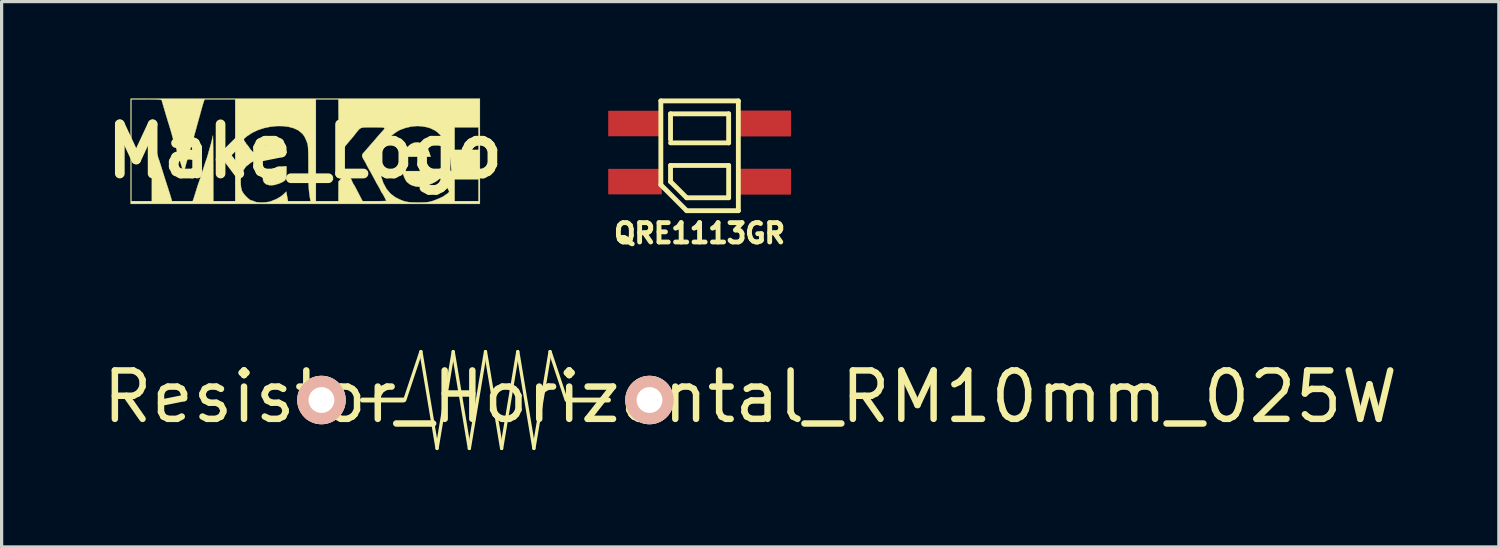
<source format=kicad_pcb>
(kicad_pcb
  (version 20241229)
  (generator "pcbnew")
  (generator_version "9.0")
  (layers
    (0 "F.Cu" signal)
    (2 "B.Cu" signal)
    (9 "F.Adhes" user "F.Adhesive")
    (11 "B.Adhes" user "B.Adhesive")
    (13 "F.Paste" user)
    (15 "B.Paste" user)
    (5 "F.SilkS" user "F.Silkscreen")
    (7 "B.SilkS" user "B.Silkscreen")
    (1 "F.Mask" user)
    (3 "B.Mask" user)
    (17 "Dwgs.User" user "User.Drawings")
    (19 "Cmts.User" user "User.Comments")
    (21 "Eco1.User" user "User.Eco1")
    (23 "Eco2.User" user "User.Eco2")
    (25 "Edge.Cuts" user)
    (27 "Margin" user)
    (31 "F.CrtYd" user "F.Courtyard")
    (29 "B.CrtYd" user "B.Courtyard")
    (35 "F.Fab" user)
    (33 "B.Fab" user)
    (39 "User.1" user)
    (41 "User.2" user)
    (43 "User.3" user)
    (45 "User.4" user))
  (footprint "Make_Logo"
    (layer "F.Cu")
    (at 6.394 1.635)
    (property "Reference" "Make_Logo" (at 0 0 0) (layer "F.SilkS") (effects (font (size 1.524 1.524) (thickness 0.3))))
    (attr through_hole)
    (fp_poly (pts (xy 3.609 -0.247) (xy 3.64 -0.233) (xy 3.742 -0.158) (xy 3.818 -0.049) (xy 3.86 0.058) (xy 3.892 0.169) (xy 3.024 0.169) (xy 3.039 0.122) (xy 3.098 -0.02) (xy 3.177 -0.134) (xy 3.272 -0.216) (xy 3.378 -0.264) (xy 3.492 -0.275) (xy 3.609 -0.247)) (stroke (width 0.01) (type solid)) (fill yes) (layer "F.SilkS"))
    (fp_poly (pts (xy -0.572 0.661) (xy -0.575 0.768) (xy -0.587 0.843) (xy -0.615 0.896) (xy -0.666 0.937) (xy -0.746 0.977) (xy -0.808 1.002) (xy -0.957 1.046) (xy -1.087 1.053) (xy -1.198 1.023) (xy -1.2 1.022) (xy -1.265 0.968) (xy -1.299 0.889) (xy -1.3 0.794) (xy -1.299 0.789) (xy -1.268 0.722) (xy -1.206 0.654) (xy -1.122 0.593) (xy -1.042 0.556) (xy -0.964 0.531) (xy -0.868 0.506) (xy -0.77 0.485) (xy -0.685 0.471) (xy -0.63 0.466) (xy -0.572 0.466) (xy -0.572 0.661)) (stroke (width 0.01) (type solid)) (fill yes) (layer "F.SilkS"))
    (fp_poly (pts (xy 5.419 1.63) (xy -5.397 1.63) (xy -5.397 -1.609) (xy -5.376 -1.609) (xy -5.376 1.545) (xy -4.741 1.545) (xy -4.74 0.534) (xy -4.739 0.302) (xy -4.739 0.109) (xy -4.738 -0.048) (xy -4.737 -0.172) (xy -4.735 -0.266) (xy -4.732 -0.332) (xy -4.729 -0.375) (xy -4.725 -0.397) (xy -4.72 -0.4) (xy -4.714 -0.389) (xy -4.708 -0.37) (xy -4.668 -0.229) (xy -4.625 -0.076) (xy -4.59 0.053) (xy -4.567 0.13) (xy -4.542 0.205) (xy -4.539 0.212) (xy -4.523 0.259) (xy -4.497 0.337) (xy -4.465 0.436) (xy -4.431 0.545) (xy -4.423 0.572) (xy -4.381 0.704) (xy -4.335 0.85) (xy -4.29 0.991) (xy -4.254 1.101) (xy -4.22 1.207) (xy -4.187 1.309) (xy -4.161 1.394) (xy -4.146 1.445) (xy -4.118 1.545) (xy -3.476 1.545) (xy -3.455 1.487) (xy -3.439 1.441) (xy -3.416 1.367) (xy -3.388 1.278) (xy -3.376 1.238) (xy -3.348 1.148) (xy -3.323 1.068) (xy -3.304 1.011) (xy -3.298 0.996) (xy -3.283 0.955) (xy -3.262 0.893) (xy -3.233 0.805) (xy -3.195 0.686) (xy -3.145 0.531) (xy -3.141 0.519) (xy -3.112 0.429) (xy -3.084 0.345) (xy -3.063 0.283) (xy -3.059 0.275) (xy -3.036 0.206) (xy -3.011 0.126) (xy -3.005 0.106) (xy -2.982 0.021) (xy -2.956 -0.068) (xy -2.952 -0.085) (xy -2.922 -0.188) (xy -2.894 -0.294) (xy -2.871 -0.389) (xy -2.854 -0.462) (xy -2.85 -0.487) (xy -2.848 -0.477) (xy -2.847 -0.428) (xy -2.845 -0.345) (xy -2.844 -0.231) (xy -2.842 -0.089) (xy -2.841 0.076) (xy -2.84 0.26) (xy -2.839 0.461) (xy -2.839 0.503) (xy -2.836 1.545) (xy -2.159 1.545) (xy -2.159 0.886) (xy -1.99 0.886) (xy -1.99 1.009) (xy -1.977 1.127) (xy -1.952 1.223) (xy -1.947 1.234) (xy -1.911 1.294) (xy -1.858 1.362) (xy -1.795 1.427) (xy -1.733 1.482) (xy -1.68 1.517) (xy -1.654 1.525) (xy -1.61 1.535) (xy -1.566 1.556) (xy -1.509 1.574) (xy -1.422 1.584) (xy -1.32 1.586) (xy -1.214 1.581) (xy -1.118 1.567) (xy -1.067 1.554) (xy -0.887 1.483) (xy -0.739 1.396) (xy -0.665 1.334) (xy -0.578 1.25) (xy -0.552 1.398) (xy -0.525 1.545) (xy 0.175 1.545) (xy 0.16 1.466) (xy 0.145 1.373) (xy 0.132 1.281) (xy 0.123 1.184) (xy 0.116 1.073) (xy 0.111 0.944) (xy 0.108 0.789) (xy 0.107 0.603) (xy 0.107 0.471) (xy 0.106 0.283) (xy 0.105 0.131) (xy 0.102 0.012) (xy 0.099 -0.079) (xy 0.094 -0.148) (xy 0.087 -0.199) (xy 0.079 -0.238) (xy 0.072 -0.259) (xy 0.032 -0.36) (xy -0.002 -0.433) (xy -0.036 -0.49) (xy -0.078 -0.541) (xy -0.089 -0.553) (xy -0.198 -0.644) (xy -0.337 -0.711) (xy -0.499 -0.756) (xy -0.679 -0.78) (xy -0.87 -0.781) (xy -1.066 -0.761) (xy -1.263 -0.72) (xy -1.452 -0.658) (xy -1.629 -0.575) (xy -1.787 -0.472) (xy -1.787 -0.472) (xy -1.843 -0.426) (xy -1.884 -0.388) (xy -1.898 -0.369) (xy -1.891 -0.34) (xy -1.863 -0.302) (xy -1.832 -0.262) (xy -1.82 -0.234) (xy -1.808 -0.212) (xy -1.804 -0.212) (xy -1.783 -0.195) (xy -1.754 -0.156) (xy -1.752 -0.153) (xy -1.715 -0.098) (xy -1.667 -0.036) (xy -1.657 -0.025) (xy -1.619 0.017) (xy -1.594 0.03) (xy -1.57 0.019) (xy -1.554 0.006) (xy -1.437 -0.076) (xy -1.29 -0.148) (xy -1.124 -0.203) (xy -0.987 -0.233) (xy -0.898 -0.244) (xy -0.832 -0.244) (xy -0.77 -0.232) (xy -0.744 -0.223) (xy -0.664 -0.187) (xy -0.615 -0.138) (xy -0.587 -0.062) (xy -0.58 -0.026) (xy -0.567 0.055) (xy -0.776 0.082) (xy -1.006 0.118) (xy -1.217 0.165) (xy -1.402 0.221) (xy -1.557 0.285) (xy -1.677 0.354) (xy -1.724 0.392) (xy -1.765 0.427) (xy -1.792 0.444) (xy -1.795 0.445) (xy -1.817 0.462) (xy -1.851 0.507) (xy -1.891 0.568) (xy -1.93 0.637) (xy -1.952 0.682) (xy -1.978 0.772) (xy -1.99 0.886) (xy -2.159 0.886) (xy -2.159 -1.609) (xy 0.339 -1.609) (xy 0.339 1.545) (xy 1.037 1.545) (xy 1.039 0.942) (xy 1.172 0.791) (xy 1.306 0.641) (xy 1.345 0.717) (xy 1.376 0.775) (xy 1.404 0.819) (xy 1.408 0.826) (xy 1.432 0.866) (xy 1.458 0.924) (xy 1.461 0.931) (xy 1.483 0.982) (xy 1.5 1.014) (xy 1.503 1.016) (xy 1.511 1.026) (xy 1.526 1.05) (xy 1.549 1.092) (xy 1.584 1.157) (xy 1.632 1.249) (xy 1.697 1.375) (xy 1.7 1.381) (xy 1.785 1.545) (xy 2.152 1.545) (xy 2.271 1.545) (xy 2.374 1.543) (xy 2.454 1.541) (xy 2.505 1.538) (xy 2.519 1.535) (xy 2.509 1.509) (xy 2.485 1.461) (xy 2.454 1.401) (xy 2.423 1.345) (xy 2.398 1.303) (xy 2.388 1.291) (xy 2.369 1.265) (xy 2.351 1.227) (xy 2.328 1.18) (xy 2.293 1.114) (xy 2.267 1.069) (xy 2.224 0.995) (xy 2.174 0.903) (xy 2.127 0.815) (xy 2.079 0.725) (xy 2.029 0.634) (xy 1.987 0.561) (xy 1.949 0.494) (xy 1.918 0.435) (xy 1.905 0.408) (xy 1.899 0.396) (xy 2.329 0.396) (xy 2.331 0.562) (xy 2.346 0.71) (xy 2.36 0.781) (xy 2.431 0.991) (xy 2.527 1.166) (xy 2.648 1.31) (xy 2.798 1.425) (xy 2.979 1.513) (xy 3.033 1.533) (xy 3.101 1.554) (xy 3.165 1.568) (xy 3.235 1.578) (xy 3.322 1.583) (xy 3.437 1.585) (xy 3.495 1.586) (xy 3.628 1.585) (xy 3.729 1.582) (xy 3.807 1.575) (xy 3.873 1.563) (xy 3.936 1.545) (xy 3.939 1.545) (xy 4.021 1.516) (xy 4.109 1.481) (xy 4.192 1.445) (xy 4.262 1.412) (xy 4.307 1.386) (xy 4.318 1.377) (xy 4.342 1.357) (xy 4.387 1.328) (xy 4.397 1.322) (xy 4.442 1.288) (xy 4.465 1.254) (xy 4.466 1.249) (xy 4.455 1.216) (xy 4.427 1.161) (xy 4.389 1.094) (xy 4.348 1.028) (xy 4.31 0.973) (xy 4.298 0.959) (xy 4.272 0.92) (xy 4.251 0.879) (xy 4.244 0.868) (xy 4.636 0.868) (xy 4.636 1.545) (xy 5.376 1.545) (xy 5.376 0.868) (xy 4.636 0.868) (xy 4.244 0.868) (xy 4.228 0.838) (xy 4.202 0.83) (xy 4.165 0.853) (xy 4.136 0.878) (xy 4.047 0.943) (xy 3.929 1.002) (xy 3.796 1.052) (xy 3.662 1.086) (xy 3.54 1.1) (xy 3.529 1.1) (xy 3.444 1.092) (xy 3.355 1.069) (xy 3.276 1.039) (xy 3.225 1.005) (xy 3.186 0.971) (xy 3.167 0.958) (xy 3.14 0.927) (xy 3.106 0.868) (xy 3.073 0.796) (xy 3.046 0.723) (xy 3.035 0.682) (xy 3.022 0.614) (xy 4.536 0.614) (xy 4.522 0.429) (xy 4.495 0.185) (xy 4.454 -0.023) (xy 4.397 -0.202) (xy 4.365 -0.275) (xy 4.315 -0.357) (xy 4.246 -0.446) (xy 4.166 -0.532) (xy 4.087 -0.604) (xy 4.017 -0.651) (xy 4.011 -0.653) (xy 3.952 -0.681) (xy 3.905 -0.705) (xy 3.84 -0.729) (xy 3.791 -0.741) (xy 4.636 -0.741) (xy 4.636 -0.042) (xy 5.376 -0.042) (xy 5.376 -0.741) (xy 4.636 -0.741) (xy 3.791 -0.741) (xy 3.747 -0.752) (xy 3.639 -0.77) (xy 3.533 -0.78) (xy 3.478 -0.782) (xy 3.305 -0.768) (xy 3.123 -0.727) (xy 2.949 -0.664) (xy 2.926 -0.654) (xy 2.837 -0.602) (xy 2.741 -0.533) (xy 2.65 -0.456) (xy 2.573 -0.379) (xy 2.523 -0.312) (xy 2.518 -0.304) (xy 2.492 -0.258) (xy 2.471 -0.231) (xy 2.47 -0.231) (xy 2.456 -0.206) (xy 2.432 -0.152) (xy 2.404 -0.079) (xy 2.398 -0.062) (xy 2.363 0.07) (xy 2.34 0.227) (xy 2.329 0.396) (xy 1.899 0.396) (xy 1.882 0.361) (xy 1.846 0.3) (xy 1.835 0.281) (xy 1.79 0.203) (xy 1.77 0.148) (xy 1.774 0.105) (xy 1.8 0.064) (xy 1.804 0.06) (xy 1.842 0.018) (xy 1.896 -0.044) (xy 1.955 -0.112) (xy 1.958 -0.115) (xy 2.012 -0.178) (xy 2.056 -0.229) (xy 2.084 -0.26) (xy 2.085 -0.262) (xy 2.108 -0.288) (xy 2.151 -0.337) (xy 2.207 -0.402) (xy 2.243 -0.445) (xy 2.304 -0.516) (xy 2.36 -0.578) (xy 2.4 -0.622) (xy 2.413 -0.635) (xy 2.448 -0.678) (xy 2.461 -0.704) (xy 2.464 -0.717) (xy 2.455 -0.727) (xy 2.431 -0.733) (xy 2.384 -0.738) (xy 2.311 -0.74) (xy 2.204 -0.741) (xy 2.105 -0.741) (xy 1.971 -0.741) (xy 1.871 -0.74) (xy 1.798 -0.735) (xy 1.744 -0.723) (xy 1.702 -0.7) (xy 1.663 -0.665) (xy 1.62 -0.613) (xy 1.565 -0.543) (xy 1.556 -0.531) (xy 1.501 -0.462) (xy 1.452 -0.402) (xy 1.418 -0.363) (xy 1.414 -0.358) (xy 1.383 -0.323) (xy 1.336 -0.267) (xy 1.282 -0.201) (xy 1.279 -0.198) (xy 1.227 -0.135) (xy 1.184 -0.083) (xy 1.157 -0.052) (xy 1.156 -0.051) (xy 1.125 -0.017) (xy 1.09 0.024) (xy 1.048 0.074) (xy 1.037 -1.609) (xy 0.339 -1.609) (xy -2.159 -1.609) (xy -3.107 -1.609) (xy -3.133 -1.54) (xy -3.151 -1.484) (xy -3.175 -1.405) (xy -3.197 -1.323) (xy -3.224 -1.227) (xy -3.251 -1.127) (xy -3.271 -1.058) (xy -3.292 -0.983) (xy -3.319 -0.884) (xy -3.348 -0.78) (xy -3.356 -0.751) (xy -3.383 -0.65) (xy -3.412 -0.548) (xy -3.435 -0.463) (xy -3.441 -0.445) (xy -3.463 -0.367) (xy -3.483 -0.296) (xy -3.492 -0.265) (xy -3.511 -0.196) (xy -3.538 -0.101) (xy -3.569 0.007) (xy -3.6 0.114) (xy -3.61 0.148) (xy -3.633 0.226) (xy -3.66 0.317) (xy -3.672 0.36) (xy -3.695 0.442) (xy -3.716 0.522) (xy -3.724 0.556) (xy -3.741 0.621) (xy -3.755 0.644) (xy -3.771 0.626) (xy -3.79 0.568) (xy -3.826 0.44) (xy -3.864 0.317) (xy -3.898 0.213) (xy -3.906 0.191) (xy -3.928 0.124) (xy -3.95 0.042) (xy -3.958 0.011) (xy -3.979 -0.069) (xy -4.002 -0.145) (xy -4.01 -0.169) (xy -4.05 -0.282) (xy -4.08 -0.372) (xy -4.104 -0.455) (xy -4.118 -0.508) (xy -4.138 -0.581) (xy -4.167 -0.679) (xy -4.198 -0.783) (xy -4.211 -0.826) (xy -4.248 -0.942) (xy -4.287 -1.071) (xy -4.323 -1.191) (xy -4.33 -1.217) (xy -4.358 -1.311) (xy -4.383 -1.398) (xy -4.403 -1.464) (xy -4.408 -1.482) (xy -4.424 -1.538) (xy -4.436 -1.579) (xy -4.437 -1.582) (xy -4.449 -1.591) (xy -4.485 -1.598) (xy -4.547 -1.603) (xy -4.64 -1.607) (xy -4.768 -1.608) (xy -4.91 -1.609) (xy -5.376 -1.609) (xy -5.397 -1.609) (xy -5.397 -1.63) (xy 5.419 -1.63) (xy 5.419 1.63)) (stroke (width 0.01) (type solid)) (fill yes) (layer "F.SilkS")))
  (footprint "Resistor_Horizontal_RM10mm_025W"
    (layer "F.Cu")
    (at 11.986 9.339)
    (property "Reference" "Resistor_Horizontal_RM10mm_025W" (at 8.2 -0.1 0) (layer "F.SilkS") (effects (font (size 1.5 1.5) (thickness 0.2))))
    (attr through_hole)
    (fp_line (start -2.54 0) (end -3.81 0) (stroke (width 0.15) (type solid)) (layer "F.SilkS"))
    (fp_line (start -2.5 0) (end -2 -1.5) (stroke (width 0.1) (type solid)) (layer "F.SilkS"))
    (fp_line (start -2 -1.5) (end -1.5 1.5) (stroke (width 0.1) (type solid)) (layer "F.SilkS"))
    (fp_line (start -1.5 1.5) (end -1 -1.5) (stroke (width 0.1) (type solid)) (layer "F.SilkS"))
    (fp_line (start -1 -1.5) (end -0.5 1.5) (stroke (width 0.1) (type solid)) (layer "F.SilkS"))
    (fp_line (start -0.5 1.5) (end 0 -1.5) (stroke (width 0.1) (type solid)) (layer "F.SilkS"))
    (fp_line (start 0 -1.5) (end 0.5 1.5) (stroke (width 0.1) (type solid)) (layer "F.SilkS"))
    (fp_line (start 0.5 1.5) (end 1 -1.5) (stroke (width 0.1) (type solid)) (layer "F.SilkS"))
    (fp_line (start 1 -1.5) (end 1.5 1.5) (stroke (width 0.1) (type solid)) (layer "F.SilkS"))
    (fp_line (start 1.5 1.5) (end 2 -1.5) (stroke (width 0.1) (type solid)) (layer "F.SilkS"))
    (fp_line (start 2 -1.5) (end 2.5 0) (stroke (width 0.1) (type solid)) (layer "F.SilkS"))
    (fp_line (start 2.54 0) (end 3.81 0) (stroke (width 0.15) (type solid)) (layer "F.SilkS"))
    (pad "1" thru_hole circle (at -5.08 0) (size 1.5 1.5) (drill 0.8) (layers "*.Cu" "*.SilkS" "*.Mask"))
    (pad "2" thru_hole circle (at 5.08 0) (size 1.5 1.5) (drill 0.8) (layers "*.Cu" "*.SilkS" "*.Mask")))
  (footprint "QRE1113GR"
    (layer "F.Cu")
    (at 18.617 1.675)
    (property "Reference" "QRE1113GR" (at 0 2.5 0) (layer "F.SilkS") (effects (font (size 0.6 0.6) (thickness 0.15))))
    (attr through_hole)
    (fp_line (start -1.2 -1.6) (end 1.2 -1.6) (stroke (width 0.15) (type solid)) (layer "F.SilkS"))
    (fp_line (start -1.2 1) (end -1.2 -1.6) (stroke (width 0.15) (type solid)) (layer "F.SilkS"))
    (fp_line (start -0.9 -1.2) (end 0.9 -1.2) (stroke (width 0.15) (type solid)) (layer "F.SilkS"))
    (fp_line (start -0.9 -0.4) (end -0.9 -1.2) (stroke (width 0.15) (type solid)) (layer "F.SilkS"))
    (fp_line (start -0.9 0.4) (end 0.9 0.4) (stroke (width 0.15) (type solid)) (layer "F.SilkS"))
    (fp_line (start -0.9 0.9) (end -0.9 0.4) (stroke (width 0.15) (type solid)) (layer "F.SilkS"))
    (fp_line (start -0.4 1.4) (end -0.9 0.9) (stroke (width 0.15) (type solid)) (layer "F.SilkS"))
    (fp_line (start -0.4 1.8) (end -1.2 1) (stroke (width 0.15) (type solid)) (layer "F.SilkS"))
    (fp_line (start 0.9 -1.2) (end 0.9 -0.3) (stroke (width 0.15) (type solid)) (layer "F.SilkS"))
    (fp_line (start 0.9 -0.3) (end -0.9 -0.3) (stroke (width 0.15) (type solid)) (layer "F.SilkS"))
    (fp_line (start 0.9 0.4) (end 0.9 1.4) (stroke (width 0.15) (type solid)) (layer "F.SilkS"))
    (fp_line (start 0.9 1.4) (end -0.4 1.4) (stroke (width 0.15) (type solid)) (layer "F.SilkS"))
    (fp_line (start 1.2 -1.6) (end 1.2 1.8) (stroke (width 0.15) (type solid)) (layer "F.SilkS"))
    (fp_line (start 1.2 1.8) (end -0.4 1.8) (stroke (width 0.15) (type solid)) (layer "F.SilkS"))
    (pad "1" smd rect (at -2 0.9) (size 1.66 0.79) (layers "F.Cu" "F.Mask" "F.Paste"))
    (pad "2" smd rect (at 2 0.9) (size 1.66 0.79) (layers "F.Cu" "F.Mask" "F.Paste"))
    (pad "2" smd rect (at 2 0.9) (size 1.66 0.79) (layers "F.Cu" "F.Mask" "F.Paste"))
    (pad "3" smd rect (at 2 -0.9) (size 1.66 0.79) (layers "F.Cu" "F.Mask" "F.Paste"))
    (pad "3" smd rect (at 2 -0.9) (size 1.66 0.79) (layers "F.Cu" "F.Mask" "F.Paste"))
    (pad "4" smd rect (at -2 -0.9) (size 1.66 0.79) (layers "F.Cu" "F.Mask" "F.Paste")))
  (gr_rect
    (start -3 -3)
    (end 43.371 13.889)
    (stroke (width 0.1) (type default))
    (fill no)
    (layer "Edge.Cuts")))
</source>
